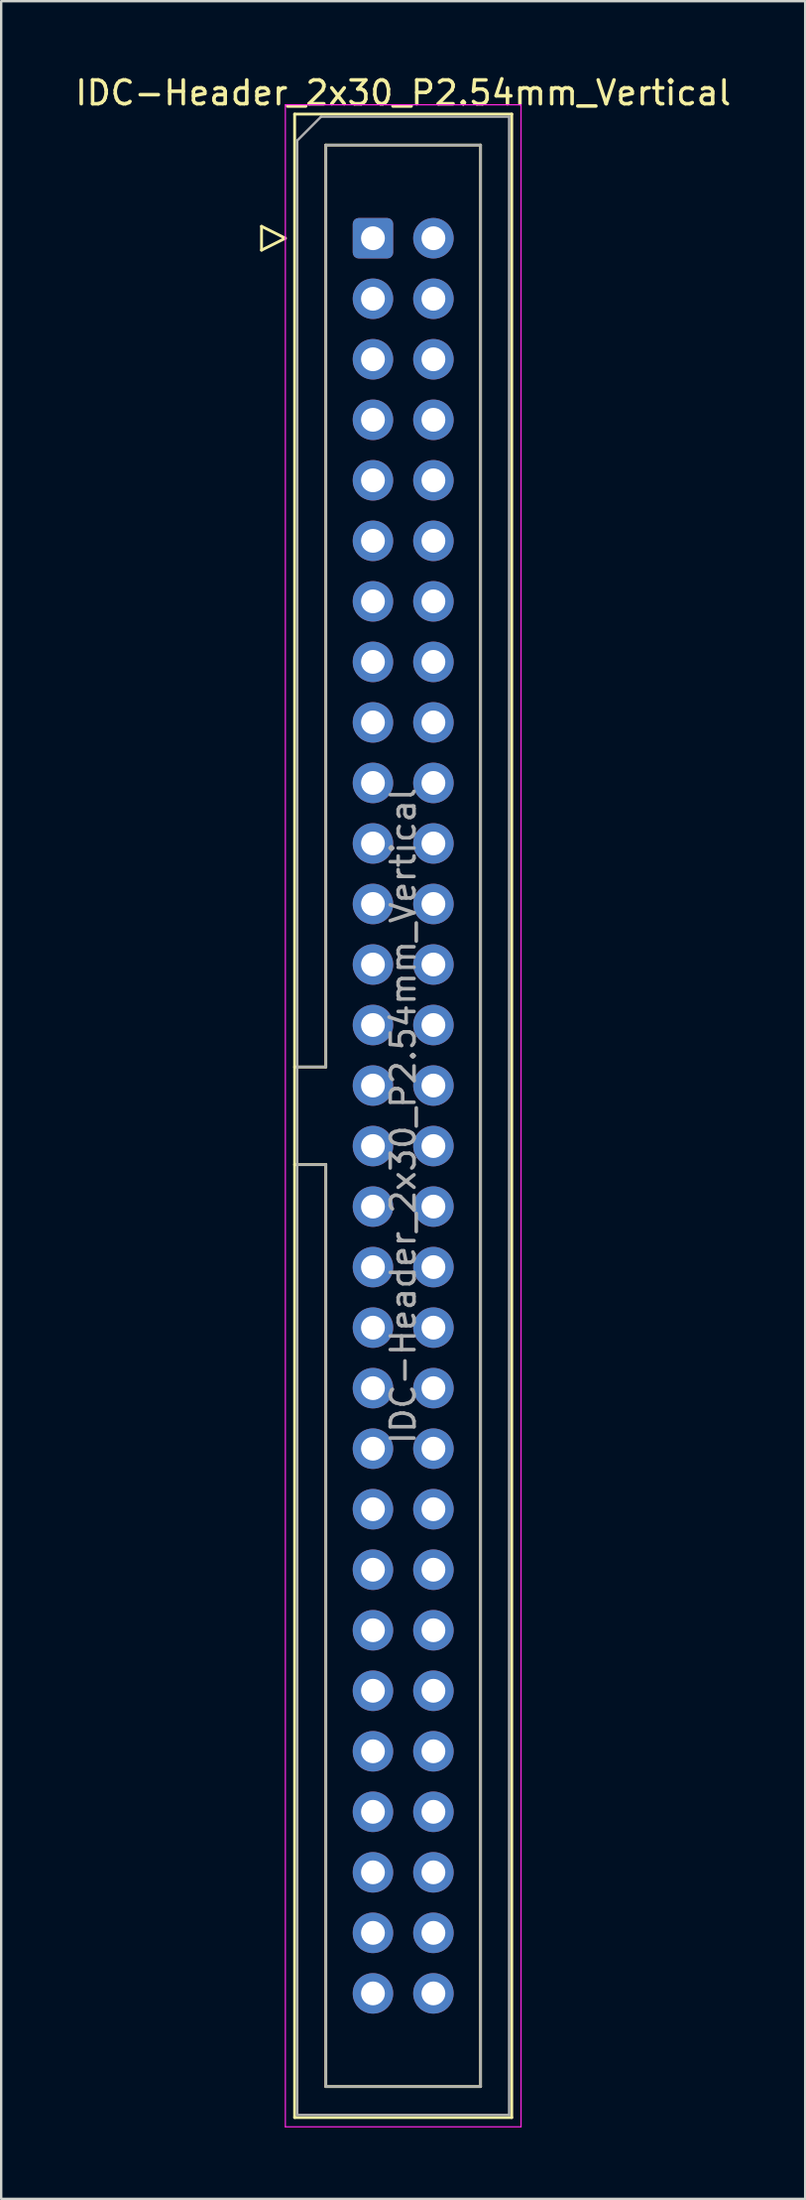
<source format=kicad_pcb>
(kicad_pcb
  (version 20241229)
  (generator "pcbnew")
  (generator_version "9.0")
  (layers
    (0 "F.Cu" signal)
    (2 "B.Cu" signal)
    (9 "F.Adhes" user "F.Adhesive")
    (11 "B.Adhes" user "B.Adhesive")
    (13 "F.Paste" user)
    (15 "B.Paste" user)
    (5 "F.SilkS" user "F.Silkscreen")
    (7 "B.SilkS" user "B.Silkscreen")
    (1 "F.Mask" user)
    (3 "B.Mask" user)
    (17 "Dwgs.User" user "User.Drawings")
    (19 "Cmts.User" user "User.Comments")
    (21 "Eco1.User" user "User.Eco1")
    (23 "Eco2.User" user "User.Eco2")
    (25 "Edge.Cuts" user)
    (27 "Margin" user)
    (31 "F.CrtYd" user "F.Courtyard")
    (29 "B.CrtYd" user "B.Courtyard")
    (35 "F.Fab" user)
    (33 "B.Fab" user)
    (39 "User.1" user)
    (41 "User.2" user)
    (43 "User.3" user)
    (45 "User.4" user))
  (footprint "IDC-Header_2x30_P2.54mm_Vertical"
    (layer "F.Cu")
    (at 12.617 6.948)
    (property "Reference" "IDC-Header_2x30_P2.54mm_Vertical" (at 1.27 -6.1 0) (layer "F.SilkS") (effects (font (size 1 1) (thickness 0.15))))
    (attr through_hole)
    (fp_line (start -4.68 -0.5) (end -4.68 0.5) (stroke (width 0.12) (type solid)) (layer "F.SilkS"))
    (fp_line (start -4.68 0.5) (end -3.68 0) (stroke (width 0.12) (type solid)) (layer "F.SilkS"))
    (fp_line (start -3.68 0) (end -4.68 -0.5) (stroke (width 0.12) (type solid)) (layer "F.SilkS"))
    (fp_line (start -3.29 -5.21) (end 5.83 -5.21) (stroke (width 0.12) (type solid)) (layer "F.SilkS"))
    (fp_line (start -3.29 34.78) (end -1.98 34.78) (stroke (width 0.12) (type solid)) (layer "F.SilkS"))
    (fp_line (start -3.29 78.87) (end -3.29 -5.21) (stroke (width 0.12) (type solid)) (layer "F.SilkS"))
    (fp_line (start -1.98 -3.91) (end 4.52 -3.91) (stroke (width 0.12) (type solid)) (layer "F.SilkS"))
    (fp_line (start -1.98 34.78) (end -1.98 -3.91) (stroke (width 0.12) (type solid)) (layer "F.SilkS"))
    (fp_line (start -1.98 38.88) (end -3.29 38.88) (stroke (width 0.12) (type solid)) (layer "F.SilkS"))
    (fp_line (start -1.98 38.88) (end -1.98 38.88) (stroke (width 0.12) (type solid)) (layer "F.SilkS"))
    (fp_line (start -1.98 77.57) (end -1.98 38.88) (stroke (width 0.12) (type solid)) (layer "F.SilkS"))
    (fp_line (start 4.52 -3.91) (end 4.52 77.57) (stroke (width 0.12) (type solid)) (layer "F.SilkS"))
    (fp_line (start 4.52 77.57) (end -1.98 77.57) (stroke (width 0.12) (type solid)) (layer "F.SilkS"))
    (fp_line (start 5.83 -5.21) (end 5.83 78.87) (stroke (width 0.12) (type solid)) (layer "F.SilkS"))
    (fp_line (start 5.83 78.87) (end -3.29 78.87) (stroke (width 0.12) (type solid)) (layer "F.SilkS"))
    (fp_line (start -3.68 -5.6) (end -3.68 79.26) (stroke (width 0.05) (type solid)) (layer "F.CrtYd"))
    (fp_line (start -3.68 79.26) (end 6.22 79.26) (stroke (width 0.05) (type solid)) (layer "F.CrtYd"))
    (fp_line (start 6.22 -5.6) (end -3.68 -5.6) (stroke (width 0.05) (type solid)) (layer "F.CrtYd"))
    (fp_line (start 6.22 79.26) (end 6.22 -5.6) (stroke (width 0.05) (type solid)) (layer "F.CrtYd"))
    (fp_line (start -3.18 -4.1) (end -2.18 -5.1) (stroke (width 0.1) (type solid)) (layer "F.Fab"))
    (fp_line (start -3.18 34.78) (end -1.98 34.78) (stroke (width 0.1) (type solid)) (layer "F.Fab"))
    (fp_line (start -3.18 78.76) (end -3.18 -4.1) (stroke (width 0.1) (type solid)) (layer "F.Fab"))
    (fp_line (start -2.18 -5.1) (end 5.72 -5.1) (stroke (width 0.1) (type solid)) (layer "F.Fab"))
    (fp_line (start -1.98 -3.91) (end 4.52 -3.91) (stroke (width 0.1) (type solid)) (layer "F.Fab"))
    (fp_line (start -1.98 34.78) (end -1.98 -3.91) (stroke (width 0.1) (type solid)) (layer "F.Fab"))
    (fp_line (start -1.98 38.88) (end -3.18 38.88) (stroke (width 0.1) (type solid)) (layer "F.Fab"))
    (fp_line (start -1.98 38.88) (end -1.98 38.88) (stroke (width 0.1) (type solid)) (layer "F.Fab"))
    (fp_line (start -1.98 77.57) (end -1.98 38.88) (stroke (width 0.1) (type solid)) (layer "F.Fab"))
    (fp_line (start 4.52 -3.91) (end 4.52 77.57) (stroke (width 0.1) (type solid)) (layer "F.Fab"))
    (fp_line (start 4.52 77.57) (end -1.98 77.57) (stroke (width 0.1) (type solid)) (layer "F.Fab"))
    (fp_line (start 5.72 -5.1) (end 5.72 78.76) (stroke (width 0.1) (type solid)) (layer "F.Fab"))
    (fp_line (start 5.72 78.76) (end -3.18 78.76) (stroke (width 0.1) (type solid)) (layer "F.Fab"))
    (fp_text user "${REFERENCE}" (at 1.27 36.83 90) (layer "F.Fab") (effects (font (size 1 1) (thickness 0.15))))
    (pad "1" thru_hole roundrect (at 0 0) (size 1.7 1.7) (drill 1) (layers "*.Cu" "*.Mask") (roundrect_rratio 0.147))
    (pad "2" thru_hole circle (at 2.54 0) (size 1.7 1.7) (drill 1) (layers "*.Cu" "*.Mask"))
    (pad "3" thru_hole circle (at 0 2.54) (size 1.7 1.7) (drill 1) (layers "*.Cu" "*.Mask"))
    (pad "4" thru_hole circle (at 2.54 2.54) (size 1.7 1.7) (drill 1) (layers "*.Cu" "*.Mask"))
    (pad "5" thru_hole circle (at 0 5.08) (size 1.7 1.7) (drill 1) (layers "*.Cu" "*.Mask"))
    (pad "6" thru_hole circle (at 2.54 5.08) (size 1.7 1.7) (drill 1) (layers "*.Cu" "*.Mask"))
    (pad "7" thru_hole circle (at 0 7.62) (size 1.7 1.7) (drill 1) (layers "*.Cu" "*.Mask"))
    (pad "8" thru_hole circle (at 2.54 7.62) (size 1.7 1.7) (drill 1) (layers "*.Cu" "*.Mask"))
    (pad "9" thru_hole circle (at 0 10.16) (size 1.7 1.7) (drill 1) (layers "*.Cu" "*.Mask"))
    (pad "10" thru_hole circle (at 2.54 10.16) (size 1.7 1.7) (drill 1) (layers "*.Cu" "*.Mask"))
    (pad "11" thru_hole circle (at 0 12.7) (size 1.7 1.7) (drill 1) (layers "*.Cu" "*.Mask"))
    (pad "12" thru_hole circle (at 2.54 12.7) (size 1.7 1.7) (drill 1) (layers "*.Cu" "*.Mask"))
    (pad "13" thru_hole circle (at 0 15.24) (size 1.7 1.7) (drill 1) (layers "*.Cu" "*.Mask"))
    (pad "14" thru_hole circle (at 2.54 15.24) (size 1.7 1.7) (drill 1) (layers "*.Cu" "*.Mask"))
    (pad "15" thru_hole circle (at 0 17.78) (size 1.7 1.7) (drill 1) (layers "*.Cu" "*.Mask"))
    (pad "16" thru_hole circle (at 2.54 17.78) (size 1.7 1.7) (drill 1) (layers "*.Cu" "*.Mask"))
    (pad "17" thru_hole circle (at 0 20.32) (size 1.7 1.7) (drill 1) (layers "*.Cu" "*.Mask"))
    (pad "18" thru_hole circle (at 2.54 20.32) (size 1.7 1.7) (drill 1) (layers "*.Cu" "*.Mask"))
    (pad "19" thru_hole circle (at 0 22.86) (size 1.7 1.7) (drill 1) (layers "*.Cu" "*.Mask"))
    (pad "20" thru_hole circle (at 2.54 22.86) (size 1.7 1.7) (drill 1) (layers "*.Cu" "*.Mask"))
    (pad "21" thru_hole circle (at 0 25.4) (size 1.7 1.7) (drill 1) (layers "*.Cu" "*.Mask"))
    (pad "22" thru_hole circle (at 2.54 25.4) (size 1.7 1.7) (drill 1) (layers "*.Cu" "*.Mask"))
    (pad "23" thru_hole circle (at 0 27.94) (size 1.7 1.7) (drill 1) (layers "*.Cu" "*.Mask"))
    (pad "24" thru_hole circle (at 2.54 27.94) (size 1.7 1.7) (drill 1) (layers "*.Cu" "*.Mask"))
    (pad "25" thru_hole circle (at 0 30.48) (size 1.7 1.7) (drill 1) (layers "*.Cu" "*.Mask"))
    (pad "26" thru_hole circle (at 2.54 30.48) (size 1.7 1.7) (drill 1) (layers "*.Cu" "*.Mask"))
    (pad "27" thru_hole circle (at 0 33.02) (size 1.7 1.7) (drill 1) (layers "*.Cu" "*.Mask"))
    (pad "28" thru_hole circle (at 2.54 33.02) (size 1.7 1.7) (drill 1) (layers "*.Cu" "*.Mask"))
    (pad "29" thru_hole circle (at 0 35.56) (size 1.7 1.7) (drill 1) (layers "*.Cu" "*.Mask"))
    (pad "30" thru_hole circle (at 2.54 35.56) (size 1.7 1.7) (drill 1) (layers "*.Cu" "*.Mask"))
    (pad "31" thru_hole circle (at 0 38.1) (size 1.7 1.7) (drill 1) (layers "*.Cu" "*.Mask"))
    (pad "32" thru_hole circle (at 2.54 38.1) (size 1.7 1.7) (drill 1) (layers "*.Cu" "*.Mask"))
    (pad "33" thru_hole circle (at 0 40.64) (size 1.7 1.7) (drill 1) (layers "*.Cu" "*.Mask"))
    (pad "34" thru_hole circle (at 2.54 40.64) (size 1.7 1.7) (drill 1) (layers "*.Cu" "*.Mask"))
    (pad "35" thru_hole circle (at 0 43.18) (size 1.7 1.7) (drill 1) (layers "*.Cu" "*.Mask"))
    (pad "36" thru_hole circle (at 2.54 43.18) (size 1.7 1.7) (drill 1) (layers "*.Cu" "*.Mask"))
    (pad "37" thru_hole circle (at 0 45.72) (size 1.7 1.7) (drill 1) (layers "*.Cu" "*.Mask"))
    (pad "38" thru_hole circle (at 2.54 45.72) (size 1.7 1.7) (drill 1) (layers "*.Cu" "*.Mask"))
    (pad "39" thru_hole circle (at 0 48.26) (size 1.7 1.7) (drill 1) (layers "*.Cu" "*.Mask"))
    (pad "40" thru_hole circle (at 2.54 48.26) (size 1.7 1.7) (drill 1) (layers "*.Cu" "*.Mask"))
    (pad "41" thru_hole circle (at 0 50.8) (size 1.7 1.7) (drill 1) (layers "*.Cu" "*.Mask"))
    (pad "42" thru_hole circle (at 2.54 50.8) (size 1.7 1.7) (drill 1) (layers "*.Cu" "*.Mask"))
    (pad "43" thru_hole circle (at 0 53.34) (size 1.7 1.7) (drill 1) (layers "*.Cu" "*.Mask"))
    (pad "44" thru_hole circle (at 2.54 53.34) (size 1.7 1.7) (drill 1) (layers "*.Cu" "*.Mask"))
    (pad "45" thru_hole circle (at 0 55.88) (size 1.7 1.7) (drill 1) (layers "*.Cu" "*.Mask"))
    (pad "46" thru_hole circle (at 2.54 55.88) (size 1.7 1.7) (drill 1) (layers "*.Cu" "*.Mask"))
    (pad "47" thru_hole circle (at 0 58.42) (size 1.7 1.7) (drill 1) (layers "*.Cu" "*.Mask"))
    (pad "48" thru_hole circle (at 2.54 58.42) (size 1.7 1.7) (drill 1) (layers "*.Cu" "*.Mask"))
    (pad "49" thru_hole circle (at 0 60.96) (size 1.7 1.7) (drill 1) (layers "*.Cu" "*.Mask"))
    (pad "50" thru_hole circle (at 2.54 60.96) (size 1.7 1.7) (drill 1) (layers "*.Cu" "*.Mask"))
    (pad "51" thru_hole circle (at 0 63.5) (size 1.7 1.7) (drill 1) (layers "*.Cu" "*.Mask"))
    (pad "52" thru_hole circle (at 2.54 63.5) (size 1.7 1.7) (drill 1) (layers "*.Cu" "*.Mask"))
    (pad "53" thru_hole circle (at 0 66.04) (size 1.7 1.7) (drill 1) (layers "*.Cu" "*.Mask"))
    (pad "54" thru_hole circle (at 2.54 66.04) (size 1.7 1.7) (drill 1) (layers "*.Cu" "*.Mask"))
    (pad "55" thru_hole circle (at 0 68.58) (size 1.7 1.7) (drill 1) (layers "*.Cu" "*.Mask"))
    (pad "56" thru_hole circle (at 2.54 68.58) (size 1.7 1.7) (drill 1) (layers "*.Cu" "*.Mask"))
    (pad "57" thru_hole circle (at 0 71.12) (size 1.7 1.7) (drill 1) (layers "*.Cu" "*.Mask"))
    (pad "58" thru_hole circle (at 2.54 71.12) (size 1.7 1.7) (drill 1) (layers "*.Cu" "*.Mask"))
    (pad "59" thru_hole circle (at 0 73.66) (size 1.7 1.7) (drill 1) (layers "*.Cu" "*.Mask"))
    (pad "60" thru_hole circle (at 2.54 73.66) (size 1.7 1.7) (drill 1) (layers "*.Cu" "*.Mask")))
  (gr_rect
    (start -3 -3)
    (end 30.774 89.233)
    (stroke (width 0.1) (type default))
    (fill no)
    (layer "Edge.Cuts")))
</source>
